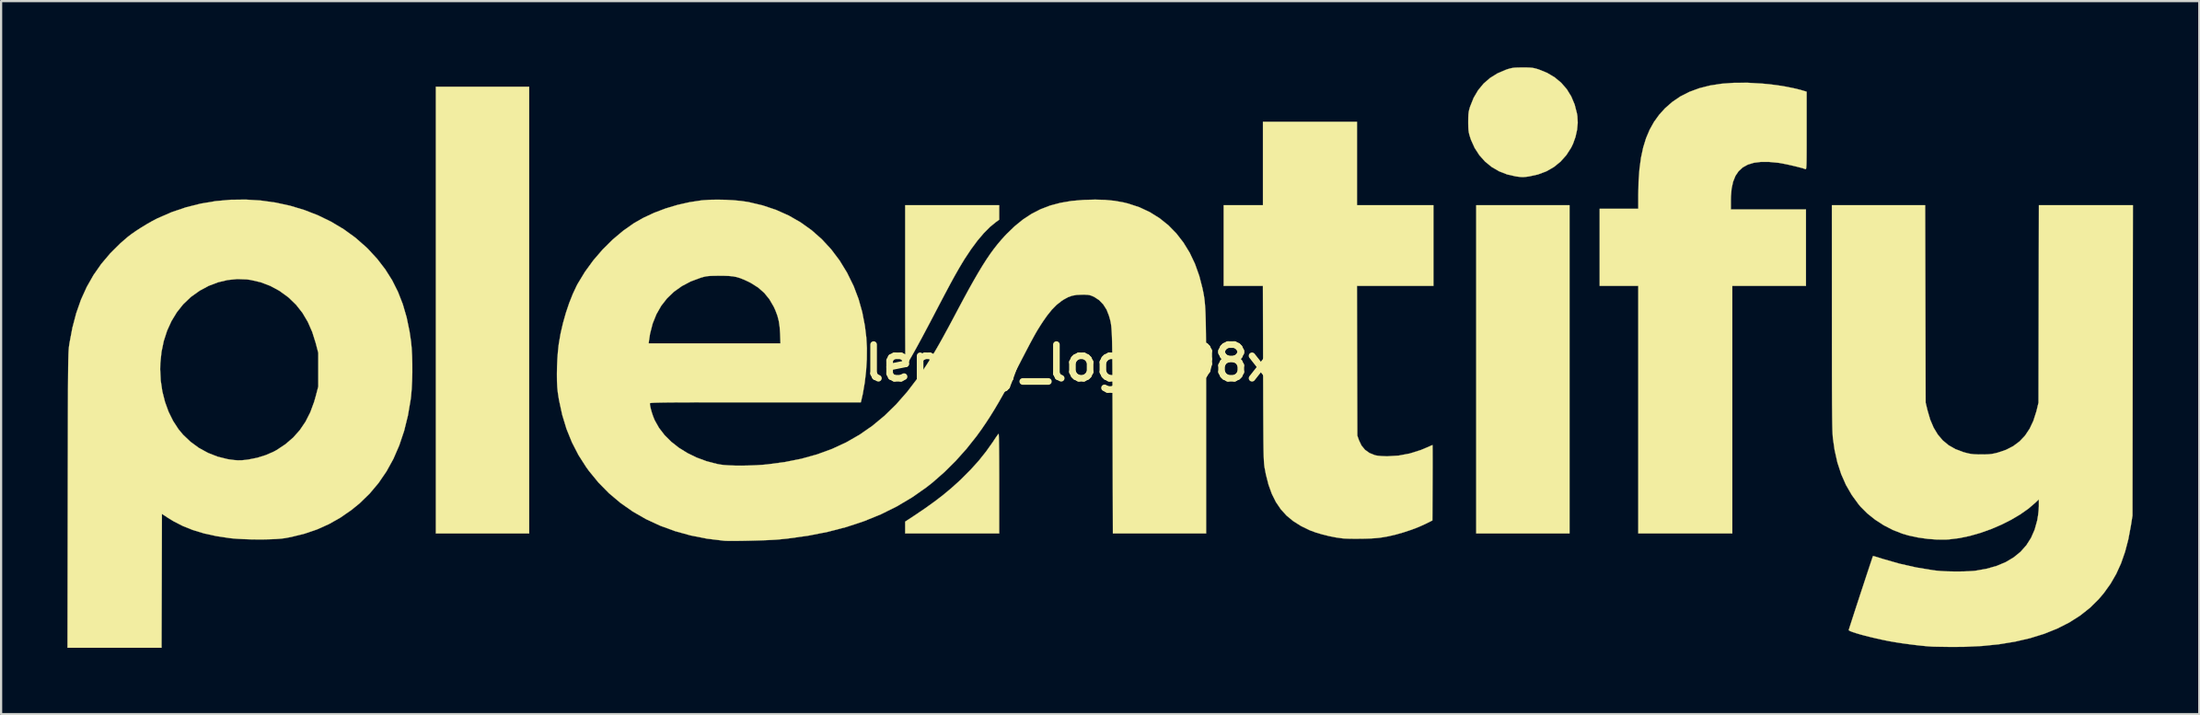
<source format=kicad_pcb>
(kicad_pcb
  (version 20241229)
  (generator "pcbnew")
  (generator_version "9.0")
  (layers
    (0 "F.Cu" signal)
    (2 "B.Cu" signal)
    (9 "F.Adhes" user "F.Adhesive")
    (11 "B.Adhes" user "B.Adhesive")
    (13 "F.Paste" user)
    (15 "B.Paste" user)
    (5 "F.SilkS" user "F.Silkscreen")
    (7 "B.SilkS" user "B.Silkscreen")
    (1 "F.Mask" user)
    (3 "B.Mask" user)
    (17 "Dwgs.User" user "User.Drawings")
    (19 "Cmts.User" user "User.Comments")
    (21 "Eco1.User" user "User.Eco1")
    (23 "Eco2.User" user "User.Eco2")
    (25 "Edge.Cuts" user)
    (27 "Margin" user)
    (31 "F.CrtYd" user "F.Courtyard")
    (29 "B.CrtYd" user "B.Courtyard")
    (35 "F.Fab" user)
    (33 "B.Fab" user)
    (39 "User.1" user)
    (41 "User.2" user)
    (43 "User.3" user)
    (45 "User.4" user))
  (footprint "plentify_logo_98x31"
    (layer "F.Cu")
    (at 46.14 13.385)
    (property "Reference" "plentify_logo_98x31" (at 0 0 0) (layer "F.SilkS") (effects (font (size 1.524 1.524) (thickness 0.3))))
    (attr through_hole)
    (fp_poly (pts (xy -25.241 7.715) (xy -29.464 7.715) (xy -29.464 -12.509) (xy -25.241 -12.509) (xy -25.241 7.715)) (stroke (width 0.01) (type solid)) (fill yes) (layer "F.SilkS"))
    (fp_poly (pts (xy 21.844 7.715) (xy 17.621 7.715) (xy 17.621 -7.144) (xy 21.844 -7.144) (xy 21.844 7.715)) (stroke (width 0.01) (type solid)) (fill yes) (layer "F.SilkS"))
    (fp_poly (pts (xy -3.989 3.238) (xy -3.985 3.327) (xy -3.981 3.47) (xy -3.978 3.661) (xy -3.975 3.895) (xy -3.973 4.168) (xy -3.971 4.474) (xy -3.97 4.808) (xy -3.969 5.166) (xy -3.969 5.461) (xy -3.969 7.715) (xy -8.223 7.715) (xy -8.223 7.181) (xy -7.812 6.91) (xy -7.331 6.585) (xy -6.9 6.276) (xy -6.507 5.975) (xy -6.144 5.673) (xy -5.8 5.364) (xy -5.679 5.249) (xy -5.265 4.834) (xy -4.898 4.428) (xy -4.567 4.014) (xy -4.259 3.581) (xy -4.175 3.453) (xy -4.103 3.345) (xy -4.043 3.262) (xy -4.002 3.214) (xy -3.993 3.207) (xy -3.989 3.238)) (stroke (width 0.01) (type solid)) (fill yes) (layer "F.SilkS"))
    (fp_poly (pts (xy -3.969 -6.488) (xy -4.116 -6.382) (xy -4.385 -6.162) (xy -4.664 -5.881) (xy -4.951 -5.543) (xy -5.243 -5.149) (xy -5.539 -4.702) (xy -5.657 -4.508) (xy -5.765 -4.327) (xy -5.88 -4.127) (xy -6.006 -3.904) (xy -6.145 -3.65) (xy -6.3 -3.361) (xy -6.475 -3.031) (xy -6.673 -2.655) (xy -6.854 -2.308) (xy -7.073 -1.889) (xy -7.278 -1.502) (xy -7.466 -1.149) (xy -7.637 -0.833) (xy -7.789 -0.557) (xy -7.92 -0.324) (xy -8.029 -0.136) (xy -8.115 0.003) (xy -8.175 0.092) (xy -8.208 0.127) (xy -8.21 0.127) (xy -8.212 0.096) (xy -8.214 0.005) (xy -8.215 -0.141) (xy -8.217 -0.339) (xy -8.218 -0.584) (xy -8.219 -0.873) (xy -8.22 -1.202) (xy -8.221 -1.566) (xy -8.222 -1.962) (xy -8.223 -2.386) (xy -8.223 -2.834) (xy -8.223 -3.301) (xy -8.223 -3.508) (xy -8.223 -7.144) (xy -3.969 -7.144) (xy -3.969 -6.488)) (stroke (width 0.01) (type solid)) (fill yes) (layer "F.SilkS"))
    (fp_poly (pts (xy 19.733 -13.38) (xy 19.92 -13.379) (xy 20.061 -13.373) (xy 20.173 -13.362) (xy 20.275 -13.342) (xy 20.382 -13.312) (xy 20.447 -13.292) (xy 20.829 -13.137) (xy 21.17 -12.935) (xy 21.467 -12.688) (xy 21.719 -12.398) (xy 21.922 -12.069) (xy 22.076 -11.702) (xy 22.179 -11.3) (xy 22.199 -11.177) (xy 22.215 -10.879) (xy 22.185 -10.558) (xy 22.113 -10.234) (xy 22.002 -9.924) (xy 21.916 -9.747) (xy 21.695 -9.406) (xy 21.433 -9.114) (xy 21.132 -8.871) (xy 20.793 -8.678) (xy 20.417 -8.537) (xy 20.012 -8.448) (xy 19.86 -8.428) (xy 19.738 -8.419) (xy 19.62 -8.424) (xy 19.477 -8.441) (xy 19.422 -8.448) (xy 19.024 -8.537) (xy 18.656 -8.681) (xy 18.32 -8.876) (xy 18.021 -9.12) (xy 17.763 -9.409) (xy 17.549 -9.74) (xy 17.383 -10.109) (xy 17.346 -10.22) (xy 17.309 -10.342) (xy 17.285 -10.449) (xy 17.27 -10.559) (xy 17.263 -10.689) (xy 17.26 -10.859) (xy 17.26 -10.922) (xy 17.262 -11.107) (xy 17.268 -11.247) (xy 17.28 -11.359) (xy 17.302 -11.463) (xy 17.334 -11.576) (xy 17.349 -11.62) (xy 17.505 -12.008) (xy 17.707 -12.351) (xy 17.955 -12.651) (xy 18.248 -12.906) (xy 18.585 -13.115) (xy 18.965 -13.277) (xy 19.05 -13.306) (xy 19.16 -13.337) (xy 19.262 -13.359) (xy 19.375 -13.372) (xy 19.515 -13.378) (xy 19.699 -13.38) (xy 19.733 -13.38)) (stroke (width 0.01) (type solid)) (fill yes) (layer "F.SilkS"))
    (fp_poly (pts (xy 30.581 -12.649) (xy 30.893 -12.62) (xy 31.254 -12.574) (xy 31.616 -12.516) (xy 31.962 -12.447) (xy 32.276 -12.372) (xy 32.472 -12.315) (xy 32.575 -12.282) (xy 32.575 -10.519) (xy 32.575 -10.14) (xy 32.575 -9.819) (xy 32.574 -9.552) (xy 32.573 -9.334) (xy 32.571 -9.161) (xy 32.568 -9.027) (xy 32.564 -8.927) (xy 32.558 -8.857) (xy 32.552 -8.812) (xy 32.544 -8.787) (xy 32.534 -8.777) (xy 32.522 -8.777) (xy 32.52 -8.778) (xy 32.42 -8.812) (xy 32.272 -8.853) (xy 32.092 -8.899) (xy 31.895 -8.946) (xy 31.695 -8.99) (xy 31.508 -9.028) (xy 31.349 -9.057) (xy 31.292 -9.065) (xy 30.875 -9.105) (xy 30.508 -9.106) (xy 30.188 -9.066) (xy 29.914 -8.983) (xy 29.685 -8.857) (xy 29.498 -8.687) (xy 29.352 -8.471) (xy 29.247 -8.208) (xy 29.179 -7.897) (xy 29.149 -7.537) (xy 29.146 -7.393) (xy 29.146 -6.953) (xy 32.544 -6.953) (xy 32.544 -3.493) (xy 29.21 -3.493) (xy 29.21 7.715) (xy 24.956 7.715) (xy 24.956 -3.493) (xy 23.209 -3.493) (xy 23.209 -6.985) (xy 24.956 -6.985) (xy 24.956 -7.612) (xy 24.969 -8.225) (xy 25.01 -8.784) (xy 25.079 -9.294) (xy 25.178 -9.757) (xy 25.308 -10.179) (xy 25.471 -10.564) (xy 25.667 -10.915) (xy 25.898 -11.236) (xy 26.16 -11.527) (xy 26.491 -11.818) (xy 26.857 -12.067) (xy 27.262 -12.273) (xy 27.707 -12.438) (xy 28.193 -12.562) (xy 28.722 -12.644) (xy 29.295 -12.686) (xy 29.914 -12.688) (xy 30.581 -12.649)) (stroke (width 0.01) (type solid)) (fill yes) (layer "F.SilkS"))
    (fp_poly (pts (xy 12.224 -7.144) (xy 15.684 -7.144) (xy 15.684 -3.493) (xy 12.223 -3.493) (xy 12.231 -0.103) (xy 12.24 3.286) (xy 12.315 3.5) (xy 12.429 3.736) (xy 12.586 3.927) (xy 12.787 4.072) (xy 13.032 4.171) (xy 13.057 4.178) (xy 13.171 4.198) (xy 13.331 4.213) (xy 13.518 4.221) (xy 13.607 4.222) (xy 14.109 4.191) (xy 14.61 4.097) (xy 15.11 3.94) (xy 15.411 3.814) (xy 15.517 3.767) (xy 15.598 3.731) (xy 15.64 3.715) (xy 15.642 3.715) (xy 15.644 3.746) (xy 15.645 3.834) (xy 15.647 3.974) (xy 15.647 4.161) (xy 15.648 4.388) (xy 15.648 4.649) (xy 15.647 4.939) (xy 15.646 5.252) (xy 15.645 5.421) (xy 15.637 7.128) (xy 15.303 7.294) (xy 15.022 7.42) (xy 14.698 7.545) (xy 14.349 7.661) (xy 13.998 7.762) (xy 13.662 7.841) (xy 13.573 7.858) (xy 13.39 7.89) (xy 13.221 7.914) (xy 13.048 7.93) (xy 12.856 7.942) (xy 12.626 7.95) (xy 12.478 7.953) (xy 12.26 7.955) (xy 12.046 7.955) (xy 11.85 7.952) (xy 11.686 7.946) (xy 11.571 7.938) (xy 11.568 7.938) (xy 11.275 7.897) (xy 10.961 7.835) (xy 10.647 7.757) (xy 10.354 7.67) (xy 10.102 7.577) (xy 10.081 7.568) (xy 9.685 7.375) (xy 9.337 7.155) (xy 9.035 6.905) (xy 8.775 6.618) (xy 8.555 6.293) (xy 8.371 5.924) (xy 8.221 5.508) (xy 8.102 5.041) (xy 8.043 4.731) (xy 8.035 4.677) (xy 8.028 4.618) (xy 8.021 4.55) (xy 8.015 4.47) (xy 8.01 4.373) (xy 8.005 4.258) (xy 8.001 4.119) (xy 7.997 3.953) (xy 7.994 3.758) (xy 7.991 3.528) (xy 7.989 3.262) (xy 7.987 2.954) (xy 7.985 2.602) (xy 7.983 2.203) (xy 7.981 1.751) (xy 7.98 1.245) (xy 7.978 0.68) (xy 7.977 0.452) (xy 7.967 -3.493) (xy 7.079 -3.493) (xy 6.191 -3.493) (xy 6.191 -7.144) (xy 7.969 -7.144) (xy 7.969 -10.922) (xy 12.224 -10.922) (xy 12.224 -7.144)) (stroke (width 0.01) (type solid)) (fill yes) (layer "F.SilkS"))
    (fp_poly (pts (xy -37.386 -7.357) (xy -36.715 -7.263) (xy -36.057 -7.12) (xy -35.415 -6.927) (xy -34.794 -6.685) (xy -34.199 -6.395) (xy -33.635 -6.058) (xy -33.105 -5.674) (xy -32.614 -5.243) (xy -32.528 -5.159) (xy -32.115 -4.71) (xy -31.754 -4.241) (xy -31.442 -3.747) (xy -31.179 -3.223) (xy -30.961 -2.665) (xy -30.787 -2.069) (xy -30.655 -1.429) (xy -30.587 -0.968) (xy -30.559 -0.674) (xy -30.54 -0.333) (xy -30.531 0.037) (xy -30.53 0.42) (xy -30.539 0.8) (xy -30.557 1.16) (xy -30.584 1.483) (xy -30.602 1.635) (xy -30.728 2.375) (xy -30.9 3.072) (xy -31.12 3.727) (xy -31.385 4.338) (xy -31.698 4.906) (xy -32.057 5.431) (xy -32.463 5.913) (xy -32.915 6.352) (xy -33.29 6.657) (xy -33.789 7.002) (xy -34.303 7.292) (xy -34.837 7.532) (xy -35.403 7.725) (xy -36.006 7.874) (xy -36.29 7.928) (xy -36.468 7.95) (xy -36.697 7.968) (xy -36.965 7.979) (xy -37.26 7.986) (xy -37.57 7.986) (xy -37.883 7.982) (xy -38.187 7.971) (xy -38.47 7.956) (xy -38.72 7.935) (xy -38.798 7.926) (xy -39.401 7.835) (xy -39.952 7.715) (xy -40.457 7.562) (xy -40.922 7.376) (xy -41.352 7.155) (xy -41.593 7.006) (xy -41.862 6.829) (xy -41.87 9.86) (xy -41.879 12.89) (xy -46.135 12.89) (xy -46.124 6.215) (xy -46.123 5.449) (xy -46.122 4.743) (xy -46.12 4.095) (xy -46.119 3.503) (xy -46.118 2.964) (xy -46.117 2.474) (xy -46.116 2.032) (xy -46.114 1.635) (xy -46.113 1.279) (xy -46.111 0.963) (xy -46.109 0.684) (xy -46.107 0.438) (xy -46.105 0.286) (xy -41.941 0.286) (xy -41.916 0.792) (xy -41.843 1.285) (xy -41.723 1.759) (xy -41.561 2.207) (xy -41.357 2.62) (xy -41.115 2.993) (xy -40.906 3.245) (xy -40.566 3.567) (xy -40.189 3.843) (xy -39.781 4.067) (xy -39.349 4.237) (xy -38.901 4.349) (xy -38.798 4.366) (xy -38.591 4.393) (xy -38.42 4.405) (xy -38.257 4.403) (xy -38.078 4.386) (xy -37.941 4.368) (xy -37.543 4.288) (xy -37.157 4.167) (xy -36.801 4.012) (xy -36.674 3.942) (xy -36.275 3.678) (xy -35.925 3.378) (xy -35.622 3.038) (xy -35.363 2.657) (xy -35.147 2.231) (xy -34.973 1.759) (xy -34.902 1.511) (xy -34.785 1.064) (xy -34.785 -0.46) (xy -34.901 -0.905) (xy -35.059 -1.407) (xy -35.259 -1.862) (xy -35.501 -2.271) (xy -35.787 -2.635) (xy -36.117 -2.955) (xy -36.153 -2.985) (xy -36.541 -3.267) (xy -36.955 -3.491) (xy -37.389 -3.656) (xy -37.843 -3.761) (xy -38.013 -3.785) (xy -38.451 -3.802) (xy -38.889 -3.758) (xy -39.322 -3.655) (xy -39.744 -3.495) (xy -40.148 -3.278) (xy -40.528 -3.008) (xy -40.575 -2.969) (xy -40.902 -2.656) (xy -41.187 -2.297) (xy -41.43 -1.898) (xy -41.628 -1.462) (xy -41.779 -0.994) (xy -41.882 -0.499) (xy -41.935 0.019) (xy -41.941 0.286) (xy -46.105 0.286) (xy -46.105 0.223) (xy -46.102 0.037) (xy -46.099 -0.123) (xy -46.095 -0.26) (xy -46.092 -0.377) (xy -46.088 -0.476) (xy -46.083 -0.56) (xy -46.078 -0.632) (xy -46.073 -0.694) (xy -46.067 -0.749) (xy -46.06 -0.8) (xy -46.053 -0.849) (xy -46.047 -0.889) (xy -45.914 -1.594) (xy -45.741 -2.251) (xy -45.526 -2.866) (xy -45.266 -3.44) (xy -44.96 -3.979) (xy -44.606 -4.486) (xy -44.201 -4.965) (xy -43.744 -5.419) (xy -43.417 -5.703) (xy -43.246 -5.834) (xy -43.033 -5.982) (xy -42.793 -6.137) (xy -42.542 -6.29) (xy -42.295 -6.43) (xy -42.069 -6.548) (xy -42.059 -6.552) (xy -41.426 -6.828) (xy -40.773 -7.049) (xy -40.107 -7.216) (xy -39.43 -7.33) (xy -38.748 -7.391) (xy -38.066 -7.399) (xy -37.386 -7.357)) (stroke (width 0.01) (type solid)) (fill yes) (layer "F.SilkS"))
    (fp_poly (pts (xy 37.95 -2.675) (xy 37.961 1.794) (xy 38.045 2.143) (xy 38.167 2.561) (xy 38.322 2.925) (xy 38.511 3.238) (xy 38.736 3.503) (xy 38.999 3.721) (xy 39.304 3.895) (xy 39.651 4.028) (xy 39.743 4.054) (xy 39.889 4.092) (xy 40.018 4.116) (xy 40.151 4.131) (xy 40.309 4.138) (xy 40.481 4.14) (xy 40.675 4.138) (xy 40.827 4.131) (xy 40.957 4.116) (xy 41.086 4.091) (xy 41.227 4.056) (xy 41.6 3.929) (xy 41.929 3.759) (xy 42.215 3.545) (xy 42.461 3.284) (xy 42.667 2.975) (xy 42.836 2.617) (xy 42.968 2.207) (xy 42.993 2.11) (xy 43.069 1.794) (xy 43.078 -2.675) (xy 43.087 -7.144) (xy 47.341 -7.144) (xy 47.331 -0.119) (xy 47.322 6.906) (xy 47.25 7.363) (xy 47.134 7.981) (xy 46.986 8.547) (xy 46.804 9.069) (xy 46.585 9.55) (xy 46.326 9.998) (xy 46.026 10.416) (xy 45.793 10.691) (xy 45.398 11.081) (xy 44.953 11.433) (xy 44.459 11.747) (xy 43.916 12.022) (xy 43.326 12.259) (xy 42.689 12.456) (xy 42.007 12.614) (xy 41.28 12.733) (xy 40.509 12.811) (xy 39.696 12.849) (xy 39.18 12.853) (xy 38.956 12.851) (xy 38.742 12.848) (xy 38.549 12.845) (xy 38.39 12.842) (xy 38.277 12.839) (xy 38.243 12.837) (xy 38.028 12.822) (xy 37.766 12.797) (xy 37.474 12.764) (xy 37.168 12.725) (xy 36.863 12.683) (xy 36.577 12.638) (xy 36.323 12.594) (xy 36.274 12.585) (xy 36 12.529) (xy 35.729 12.469) (xy 35.466 12.407) (xy 35.221 12.346) (xy 34.999 12.286) (xy 34.807 12.229) (xy 34.654 12.179) (xy 34.545 12.136) (xy 34.487 12.103) (xy 34.48 12.091) (xy 34.49 12.057) (xy 34.517 11.969) (xy 34.56 11.835) (xy 34.617 11.66) (xy 34.684 11.452) (xy 34.76 11.217) (xy 34.843 10.961) (xy 34.931 10.693) (xy 35.021 10.417) (xy 35.112 10.142) (xy 35.2 9.873) (xy 35.284 9.617) (xy 35.362 9.382) (xy 35.431 9.173) (xy 35.49 8.997) (xy 35.535 8.861) (xy 35.566 8.773) (xy 35.579 8.737) (xy 35.579 8.737) (xy 35.61 8.743) (xy 35.69 8.765) (xy 35.81 8.801) (xy 35.957 8.847) (xy 36.032 8.871) (xy 36.773 9.083) (xy 37.541 9.256) (xy 38.311 9.382) (xy 38.465 9.401) (xy 38.66 9.418) (xy 38.898 9.431) (xy 39.162 9.437) (xy 39.436 9.439) (xy 39.703 9.435) (xy 39.948 9.425) (xy 40.153 9.411) (xy 40.227 9.402) (xy 40.728 9.313) (xy 41.182 9.183) (xy 41.588 9.012) (xy 41.946 8.799) (xy 42.257 8.545) (xy 42.518 8.251) (xy 42.731 7.917) (xy 42.895 7.543) (xy 43.01 7.129) (xy 43.016 7.096) (xy 43.05 6.891) (xy 43.074 6.677) (xy 43.085 6.487) (xy 43.085 6.459) (xy 43.085 6.171) (xy 42.934 6.317) (xy 42.615 6.591) (xy 42.244 6.852) (xy 41.83 7.097) (xy 41.384 7.321) (xy 40.917 7.521) (xy 40.437 7.691) (xy 39.957 7.828) (xy 39.485 7.927) (xy 39.032 7.983) (xy 38.91 7.991) (xy 38.494 7.993) (xy 38.053 7.961) (xy 37.611 7.898) (xy 37.19 7.808) (xy 36.909 7.726) (xy 36.481 7.559) (xy 36.067 7.346) (xy 35.676 7.093) (xy 35.322 6.81) (xy 35.015 6.503) (xy 34.93 6.402) (xy 34.618 5.974) (xy 34.354 5.517) (xy 34.138 5.027) (xy 33.967 4.5) (xy 33.84 3.932) (xy 33.766 3.419) (xy 33.76 3.355) (xy 33.754 3.277) (xy 33.749 3.183) (xy 33.744 3.071) (xy 33.74 2.936) (xy 33.736 2.777) (xy 33.733 2.589) (xy 33.73 2.371) (xy 33.728 2.118) (xy 33.725 1.829) (xy 33.724 1.499) (xy 33.722 1.127) (xy 33.721 0.708) (xy 33.72 0.241) (xy 33.72 -0.279) (xy 33.719 -0.853) (xy 33.719 -1.485) (xy 33.719 -2.072) (xy 33.718 -7.144) (xy 37.939 -7.144) (xy 37.95 -2.675)) (stroke (width 0.01) (type solid)) (fill yes) (layer "F.SilkS"))
    (fp_poly (pts (xy 0.834 -7.385) (xy 1.252 -7.344) (xy 1.646 -7.274) (xy 1.871 -7.219) (xy 2.377 -7.052) (xy 2.849 -6.831) (xy 3.286 -6.559) (xy 3.687 -6.238) (xy 4.049 -5.868) (xy 4.371 -5.453) (xy 4.653 -4.993) (xy 4.892 -4.49) (xy 5.086 -3.946) (xy 5.228 -3.397) (xy 5.249 -3.296) (xy 5.269 -3.2) (xy 5.287 -3.106) (xy 5.303 -3.012) (xy 5.317 -2.914) (xy 5.33 -2.808) (xy 5.341 -2.692) (xy 5.351 -2.562) (xy 5.36 -2.415) (xy 5.368 -2.248) (xy 5.374 -2.057) (xy 5.38 -1.84) (xy 5.384 -1.592) (xy 5.388 -1.312) (xy 5.391 -0.995) (xy 5.393 -0.638) (xy 5.394 -0.238) (xy 5.396 0.207) (xy 5.396 0.702) (xy 5.397 1.25) (xy 5.397 1.854) (xy 5.397 2.517) (xy 5.397 2.77) (xy 5.397 7.715) (xy 1.178 7.715) (xy 1.165 3.135) (xy 1.164 2.495) (xy 1.162 1.914) (xy 1.16 1.39) (xy 1.159 0.92) (xy 1.157 0.5) (xy 1.155 0.127) (xy 1.152 -0.202) (xy 1.149 -0.491) (xy 1.145 -0.743) (xy 1.141 -0.962) (xy 1.136 -1.149) (xy 1.13 -1.31) (xy 1.122 -1.447) (xy 1.114 -1.564) (xy 1.105 -1.663) (xy 1.094 -1.749) (xy 1.082 -1.824) (xy 1.068 -1.892) (xy 1.053 -1.956) (xy 1.035 -2.019) (xy 1.016 -2.086) (xy 1 -2.143) (xy 0.893 -2.416) (xy 0.742 -2.653) (xy 0.554 -2.848) (xy 0.335 -2.992) (xy 0.305 -3.006) (xy 0.209 -3.047) (xy 0.125 -3.074) (xy 0.032 -3.088) (xy -0.088 -3.094) (xy -0.222 -3.095) (xy -0.464 -3.084) (xy -0.669 -3.047) (xy -0.859 -2.978) (xy -1.056 -2.869) (xy -1.152 -2.805) (xy -1.368 -2.635) (xy -1.583 -2.417) (xy -1.801 -2.146) (xy -1.981 -1.889) (xy -2.066 -1.759) (xy -2.144 -1.636) (xy -2.22 -1.515) (xy -2.296 -1.387) (xy -2.376 -1.246) (xy -2.464 -1.085) (xy -2.565 -0.898) (xy -2.681 -0.677) (xy -2.817 -0.416) (xy -2.977 -0.108) (xy -3.046 0.027) (xy -3.309 0.533) (xy -3.551 0.987) (xy -3.775 1.396) (xy -3.985 1.767) (xy -4.186 2.106) (xy -4.381 2.42) (xy -4.574 2.716) (xy -4.768 3) (xy -4.969 3.278) (xy -5 3.32) (xy -5.447 3.883) (xy -5.932 4.425) (xy -6.443 4.933) (xy -6.97 5.396) (xy -7.271 5.634) (xy -7.916 6.085) (xy -8.599 6.49) (xy -9.321 6.848) (xy -10.083 7.159) (xy -10.885 7.424) (xy -11.73 7.644) (xy -12.617 7.818) (xy -13.548 7.947) (xy -13.938 7.987) (xy -14.095 7.999) (xy -14.296 8.01) (xy -14.53 8.021) (xy -14.788 8.03) (xy -15.06 8.038) (xy -15.333 8.045) (xy -15.6 8.05) (xy -15.848 8.053) (xy -16.067 8.054) (xy -16.248 8.053) (xy -16.38 8.048) (xy -16.415 8.046) (xy -17.189 7.952) (xy -17.931 7.806) (xy -18.64 7.61) (xy -19.313 7.364) (xy -19.95 7.069) (xy -20.549 6.725) (xy -21.109 6.333) (xy -21.628 5.895) (xy -22.106 5.41) (xy -22.539 4.88) (xy -22.658 4.715) (xy -23.008 4.168) (xy -23.304 3.593) (xy -23.55 2.986) (xy -23.745 2.345) (xy -23.892 1.666) (xy -23.944 1.333) (xy -23.968 1.098) (xy -23.982 0.814) (xy -23.985 0.497) (xy -23.979 0.162) (xy -23.964 -0.177) (xy -23.94 -0.506) (xy -23.907 -0.809) (xy -23.896 -0.889) (xy -19.833 -0.889) (xy -13.867 -0.889) (xy -13.883 -1.326) (xy -13.904 -1.633) (xy -13.943 -1.899) (xy -14.005 -2.142) (xy -14.096 -2.384) (xy -14.175 -2.556) (xy -14.368 -2.887) (xy -14.599 -3.172) (xy -14.875 -3.415) (xy -15.2 -3.621) (xy -15.319 -3.682) (xy -15.517 -3.774) (xy -15.689 -3.843) (xy -15.852 -3.892) (xy -16.02 -3.924) (xy -16.208 -3.942) (xy -16.433 -3.95) (xy -16.637 -3.95) (xy -16.844 -3.949) (xy -17.002 -3.945) (xy -17.125 -3.937) (xy -17.227 -3.925) (xy -17.322 -3.905) (xy -17.423 -3.877) (xy -17.478 -3.861) (xy -17.926 -3.695) (xy -18.329 -3.483) (xy -18.688 -3.227) (xy -19 -2.928) (xy -19.266 -2.588) (xy -19.483 -2.207) (xy -19.652 -1.786) (xy -19.77 -1.328) (xy -19.821 -0.992) (xy -19.833 -0.889) (xy -23.896 -0.889) (xy -23.818 -1.34) (xy -23.71 -1.804) (xy -23.58 -2.267) (xy -23.43 -2.713) (xy -23.265 -3.129) (xy -23.091 -3.5) (xy -23.044 -3.588) (xy -22.716 -4.129) (xy -22.337 -4.649) (xy -21.915 -5.139) (xy -21.459 -5.591) (xy -20.975 -5.997) (xy -20.501 -6.329) (xy -20.066 -6.577) (xy -19.584 -6.801) (xy -19.069 -6.996) (xy -18.532 -7.157) (xy -17.988 -7.28) (xy -17.45 -7.362) (xy -17.371 -7.37) (xy -17.063 -7.39) (xy -16.718 -7.396) (xy -16.354 -7.389) (xy -15.992 -7.369) (xy -15.65 -7.337) (xy -15.35 -7.293) (xy -15.319 -7.288) (xy -14.677 -7.137) (xy -14.068 -6.933) (xy -13.494 -6.677) (xy -12.955 -6.368) (xy -12.455 -6.01) (xy -11.993 -5.602) (xy -11.572 -5.146) (xy -11.193 -4.644) (xy -10.857 -4.095) (xy -10.565 -3.502) (xy -10.547 -3.461) (xy -10.333 -2.895) (xy -10.167 -2.305) (xy -10.047 -1.682) (xy -9.983 -1.159) (xy -9.956 -0.682) (xy -9.96 -0.169) (xy -9.993 0.36) (xy -10.054 0.887) (xy -10.141 1.392) (xy -10.21 1.696) (xy -10.23 1.778) (xy -15.005 1.778) (xy -15.653 1.778) (xy -16.24 1.778) (xy -16.769 1.779) (xy -17.243 1.779) (xy -17.666 1.78) (xy -18.039 1.781) (xy -18.367 1.782) (xy -18.652 1.783) (xy -18.897 1.785) (xy -19.104 1.787) (xy -19.277 1.79) (xy -19.419 1.793) (xy -19.533 1.796) (xy -19.621 1.8) (xy -19.686 1.804) (xy -19.732 1.809) (xy -19.761 1.815) (xy -19.776 1.821) (xy -19.78 1.827) (xy -19.768 1.933) (xy -19.736 2.077) (xy -19.689 2.243) (xy -19.632 2.412) (xy -19.57 2.565) (xy -19.559 2.592) (xy -19.364 2.937) (xy -19.114 3.262) (xy -18.813 3.563) (xy -18.467 3.835) (xy -18.081 4.075) (xy -17.661 4.28) (xy -17.211 4.446) (xy -16.738 4.569) (xy -16.621 4.592) (xy -16.434 4.617) (xy -16.195 4.634) (xy -15.918 4.644) (xy -15.613 4.646) (xy -15.293 4.64) (xy -14.97 4.627) (xy -14.656 4.607) (xy -14.465 4.589) (xy -13.672 4.484) (xy -12.921 4.334) (xy -12.208 4.136) (xy -11.533 3.889) (xy -10.893 3.593) (xy -10.285 3.244) (xy -9.708 2.843) (xy -9.159 2.388) (xy -8.635 1.877) (xy -8.136 1.309) (xy -7.657 0.683) (xy -7.25 0.079) (xy -7.13 -0.112) (xy -7.017 -0.293) (xy -6.908 -0.473) (xy -6.799 -0.657) (xy -6.686 -0.854) (xy -6.565 -1.069) (xy -6.433 -1.31) (xy -6.284 -1.583) (xy -6.116 -1.896) (xy -5.925 -2.256) (xy -5.842 -2.413) (xy -5.579 -2.905) (xy -5.34 -3.345) (xy -5.12 -3.737) (xy -4.918 -4.086) (xy -4.73 -4.398) (xy -4.552 -4.677) (xy -4.382 -4.929) (xy -4.215 -5.158) (xy -4.049 -5.37) (xy -3.881 -5.569) (xy -3.708 -5.761) (xy -3.642 -5.831) (xy -3.274 -6.187) (xy -2.899 -6.493) (xy -2.509 -6.75) (xy -2.101 -6.96) (xy -1.667 -7.127) (xy -1.201 -7.251) (xy -0.698 -7.337) (xy -0.152 -7.384) (xy 0.375 -7.398) (xy 0.834 -7.385)) (stroke (width 0.01) (type solid)) (fill yes) (layer "F.SilkS")))
  (gr_rect
    (start -3 -3)
    (end 96.486 29.281)
    (stroke (width 0.1) (type default))
    (fill no)
    (layer "Edge.Cuts")))
</source>
